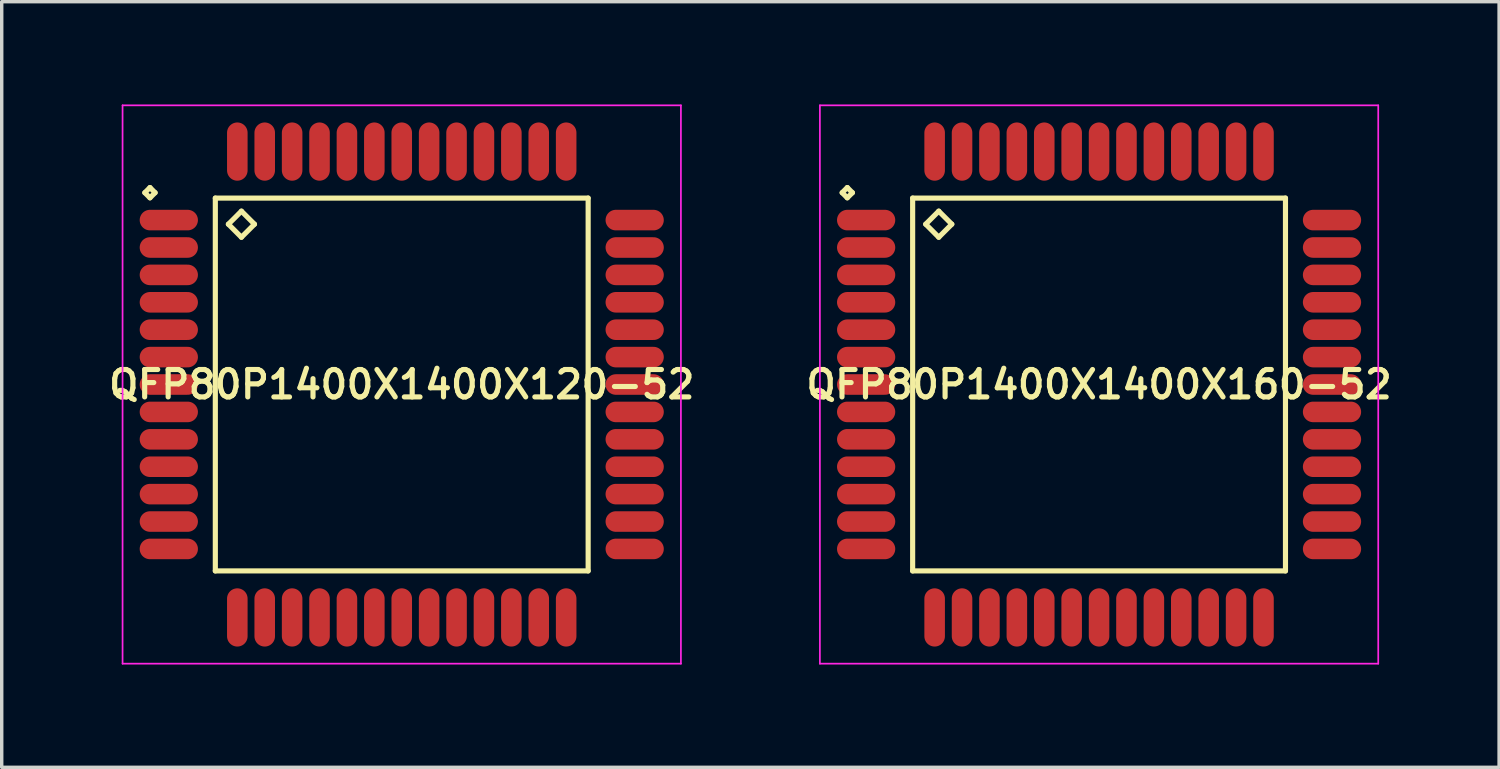
<source format=kicad_pcb>
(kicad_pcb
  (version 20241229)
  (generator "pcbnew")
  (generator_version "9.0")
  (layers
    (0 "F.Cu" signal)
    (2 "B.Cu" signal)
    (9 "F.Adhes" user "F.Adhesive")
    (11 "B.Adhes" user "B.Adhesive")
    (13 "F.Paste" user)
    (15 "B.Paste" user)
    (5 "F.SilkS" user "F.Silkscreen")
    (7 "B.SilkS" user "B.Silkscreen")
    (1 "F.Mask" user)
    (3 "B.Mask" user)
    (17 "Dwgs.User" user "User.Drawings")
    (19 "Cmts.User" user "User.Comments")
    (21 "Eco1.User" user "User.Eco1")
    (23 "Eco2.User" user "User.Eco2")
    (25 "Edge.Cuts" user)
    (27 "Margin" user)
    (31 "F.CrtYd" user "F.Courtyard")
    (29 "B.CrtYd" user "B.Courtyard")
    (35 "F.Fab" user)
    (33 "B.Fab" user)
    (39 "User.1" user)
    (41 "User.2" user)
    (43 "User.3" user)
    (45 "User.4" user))
  (footprint "QFP80P1400X1400X120-52"
    (layer "F.Cu")
    (at 8.678 8.175)
    (property "Reference" "QFP80P1400X1400X120-52" (at 0 0 0) (layer "F.SilkS") (effects (font (size 0.8 0.8) (thickness 0.15))))
    (attr smd)
    (fp_line (start -7.5 -5.6) (end -7.35 -5.75) (stroke (width 0.15) (type solid)) (layer "F.SilkS"))
    (fp_line (start -7.35 -5.75) (end -7.2 -5.6) (stroke (width 0.15) (type solid)) (layer "F.SilkS"))
    (fp_line (start -7.35 -5.45) (end -7.5 -5.6) (stroke (width 0.15) (type solid)) (layer "F.SilkS"))
    (fp_line (start -7.2 -5.6) (end -7.35 -5.45) (stroke (width 0.15) (type solid)) (layer "F.SilkS"))
    (fp_line (start -5.442 -5.442) (end -5.442 5.442) (stroke (width 0.15) (type solid)) (layer "F.SilkS"))
    (fp_line (start -5.442 5.442) (end 5.442 5.442) (stroke (width 0.15) (type solid)) (layer "F.SilkS"))
    (fp_line (start -5.061 -4.68) (end -4.68 -5.061) (stroke (width 0.15) (type solid)) (layer "F.SilkS"))
    (fp_line (start -4.68 -5.061) (end -4.299 -4.68) (stroke (width 0.15) (type solid)) (layer "F.SilkS"))
    (fp_line (start -4.68 -4.299) (end -5.061 -4.68) (stroke (width 0.15) (type solid)) (layer "F.SilkS"))
    (fp_line (start -4.299 -4.68) (end -4.68 -4.299) (stroke (width 0.15) (type solid)) (layer "F.SilkS"))
    (fp_line (start 5.442 -5.442) (end -5.442 -5.442) (stroke (width 0.15) (type solid)) (layer "F.SilkS"))
    (fp_line (start 5.442 5.442) (end 5.442 -5.442) (stroke (width 0.15) (type solid)) (layer "F.SilkS"))
    (fp_line (start -8.15 -8.15) (end 8.15 -8.15) (stroke (width 0.05) (type solid)) (layer "F.CrtYd"))
    (fp_line (start -8.15 8.15) (end -8.15 -8.15) (stroke (width 0.05) (type solid)) (layer "F.CrtYd"))
    (fp_line (start 8.15 -8.15) (end 8.15 8.15) (stroke (width 0.05) (type solid)) (layer "F.CrtYd"))
    (fp_line (start 8.15 8.15) (end -8.15 8.15) (stroke (width 0.05) (type solid)) (layer "F.CrtYd"))
    (pad "1" smd oval (at -6.8 -4.8) (size 1.7 0.6) (layers "F.Cu" "F.Mask" "F.Paste"))
    (pad "2" smd oval (at -6.8 -4) (size 1.7 0.6) (layers "F.Cu" "F.Mask" "F.Paste"))
    (pad "3" smd oval (at -6.8 -3.2) (size 1.7 0.6) (layers "F.Cu" "F.Mask" "F.Paste"))
    (pad "4" smd oval (at -6.8 -2.4) (size 1.7 0.6) (layers "F.Cu" "F.Mask" "F.Paste"))
    (pad "5" smd oval (at -6.8 -1.6) (size 1.7 0.6) (layers "F.Cu" "F.Mask" "F.Paste"))
    (pad "6" smd oval (at -6.8 -0.8) (size 1.7 0.6) (layers "F.Cu" "F.Mask" "F.Paste"))
    (pad "7" smd oval (at -6.8 0) (size 1.7 0.6) (layers "F.Cu" "F.Mask" "F.Paste"))
    (pad "8" smd oval (at -6.8 0.8) (size 1.7 0.6) (layers "F.Cu" "F.Mask" "F.Paste"))
    (pad "9" smd oval (at -6.8 1.6) (size 1.7 0.6) (layers "F.Cu" "F.Mask" "F.Paste"))
    (pad "10" smd oval (at -6.8 2.4) (size 1.7 0.6) (layers "F.Cu" "F.Mask" "F.Paste"))
    (pad "11" smd oval (at -6.8 3.2) (size 1.7 0.6) (layers "F.Cu" "F.Mask" "F.Paste"))
    (pad "12" smd oval (at -6.8 4) (size 1.7 0.6) (layers "F.Cu" "F.Mask" "F.Paste"))
    (pad "13" smd oval (at -6.8 4.8) (size 1.7 0.6) (layers "F.Cu" "F.Mask" "F.Paste"))
    (pad "14" smd oval (at -4.8 6.8) (size 0.6 1.7) (layers "F.Cu" "F.Mask" "F.Paste"))
    (pad "15" smd oval (at -4 6.8) (size 0.6 1.7) (layers "F.Cu" "F.Mask" "F.Paste"))
    (pad "16" smd oval (at -3.2 6.8) (size 0.6 1.7) (layers "F.Cu" "F.Mask" "F.Paste"))
    (pad "17" smd oval (at -2.4 6.8) (size 0.6 1.7) (layers "F.Cu" "F.Mask" "F.Paste"))
    (pad "18" smd oval (at -1.6 6.8) (size 0.6 1.7) (layers "F.Cu" "F.Mask" "F.Paste"))
    (pad "19" smd oval (at -0.8 6.8) (size 0.6 1.7) (layers "F.Cu" "F.Mask" "F.Paste"))
    (pad "20" smd oval (at 0 6.8) (size 0.6 1.7) (layers "F.Cu" "F.Mask" "F.Paste"))
    (pad "21" smd oval (at 0.8 6.8) (size 0.6 1.7) (layers "F.Cu" "F.Mask" "F.Paste"))
    (pad "22" smd oval (at 1.6 6.8) (size 0.6 1.7) (layers "F.Cu" "F.Mask" "F.Paste"))
    (pad "23" smd oval (at 2.4 6.8) (size 0.6 1.7) (layers "F.Cu" "F.Mask" "F.Paste"))
    (pad "24" smd oval (at 3.2 6.8) (size 0.6 1.7) (layers "F.Cu" "F.Mask" "F.Paste"))
    (pad "25" smd oval (at 4 6.8) (size 0.6 1.7) (layers "F.Cu" "F.Mask" "F.Paste"))
    (pad "26" smd oval (at 4.8 6.8) (size 0.6 1.7) (layers "F.Cu" "F.Mask" "F.Paste"))
    (pad "27" smd oval (at 6.8 4.8) (size 1.7 0.6) (layers "F.Cu" "F.Mask" "F.Paste"))
    (pad "28" smd oval (at 6.8 4) (size 1.7 0.6) (layers "F.Cu" "F.Mask" "F.Paste"))
    (pad "29" smd oval (at 6.8 3.2) (size 1.7 0.6) (layers "F.Cu" "F.Mask" "F.Paste"))
    (pad "30" smd oval (at 6.8 2.4) (size 1.7 0.6) (layers "F.Cu" "F.Mask" "F.Paste"))
    (pad "31" smd oval (at 6.8 1.6) (size 1.7 0.6) (layers "F.Cu" "F.Mask" "F.Paste"))
    (pad "32" smd oval (at 6.8 0.8) (size 1.7 0.6) (layers "F.Cu" "F.Mask" "F.Paste"))
    (pad "33" smd oval (at 6.8 0) (size 1.7 0.6) (layers "F.Cu" "F.Mask" "F.Paste"))
    (pad "34" smd oval (at 6.8 -0.8) (size 1.7 0.6) (layers "F.Cu" "F.Mask" "F.Paste"))
    (pad "35" smd oval (at 6.8 -1.6) (size 1.7 0.6) (layers "F.Cu" "F.Mask" "F.Paste"))
    (pad "36" smd oval (at 6.8 -2.4) (size 1.7 0.6) (layers "F.Cu" "F.Mask" "F.Paste"))
    (pad "37" smd oval (at 6.8 -3.2) (size 1.7 0.6) (layers "F.Cu" "F.Mask" "F.Paste"))
    (pad "38" smd oval (at 6.8 -4) (size 1.7 0.6) (layers "F.Cu" "F.Mask" "F.Paste"))
    (pad "39" smd oval (at 6.8 -4.8) (size 1.7 0.6) (layers "F.Cu" "F.Mask" "F.Paste"))
    (pad "40" smd oval (at 4.8 -6.8) (size 0.6 1.7) (layers "F.Cu" "F.Mask" "F.Paste"))
    (pad "41" smd oval (at 4 -6.8) (size 0.6 1.7) (layers "F.Cu" "F.Mask" "F.Paste"))
    (pad "42" smd oval (at 3.2 -6.8) (size 0.6 1.7) (layers "F.Cu" "F.Mask" "F.Paste"))
    (pad "43" smd oval (at 2.4 -6.8) (size 0.6 1.7) (layers "F.Cu" "F.Mask" "F.Paste"))
    (pad "44" smd oval (at 1.6 -6.8) (size 0.6 1.7) (layers "F.Cu" "F.Mask" "F.Paste"))
    (pad "45" smd oval (at 0.8 -6.8) (size 0.6 1.7) (layers "F.Cu" "F.Mask" "F.Paste"))
    (pad "46" smd oval (at 0 -6.8) (size 0.6 1.7) (layers "F.Cu" "F.Mask" "F.Paste"))
    (pad "47" smd oval (at -0.8 -6.8) (size 0.6 1.7) (layers "F.Cu" "F.Mask" "F.Paste"))
    (pad "48" smd oval (at -1.6 -6.8) (size 0.6 1.7) (layers "F.Cu" "F.Mask" "F.Paste"))
    (pad "49" smd oval (at -2.4 -6.8) (size 0.6 1.7) (layers "F.Cu" "F.Mask" "F.Paste"))
    (pad "50" smd oval (at -3.2 -6.8) (size 0.6 1.7) (layers "F.Cu" "F.Mask" "F.Paste"))
    (pad "51" smd oval (at -4 -6.8) (size 0.6 1.7) (layers "F.Cu" "F.Mask" "F.Paste"))
    (pad "52" smd oval (at -4.8 -6.8) (size 0.6 1.7) (layers "F.Cu" "F.Mask" "F.Paste")))
  (footprint "QFP80P1400X1400X160-52"
    (layer "F.Cu")
    (at 29.035 8.175)
    (property "Reference" "QFP80P1400X1400X160-52" (at 0 0 0) (layer "F.SilkS") (effects (font (size 0.8 0.8) (thickness 0.15))))
    (attr smd)
    (fp_line (start -7.5 -5.6) (end -7.35 -5.75) (stroke (width 0.15) (type solid)) (layer "F.SilkS"))
    (fp_line (start -7.35 -5.75) (end -7.2 -5.6) (stroke (width 0.15) (type solid)) (layer "F.SilkS"))
    (fp_line (start -7.35 -5.45) (end -7.5 -5.6) (stroke (width 0.15) (type solid)) (layer "F.SilkS"))
    (fp_line (start -7.2 -5.6) (end -7.35 -5.45) (stroke (width 0.15) (type solid)) (layer "F.SilkS"))
    (fp_line (start -5.442 -5.442) (end -5.442 5.442) (stroke (width 0.15) (type solid)) (layer "F.SilkS"))
    (fp_line (start -5.442 5.442) (end 5.442 5.442) (stroke (width 0.15) (type solid)) (layer "F.SilkS"))
    (fp_line (start -5.061 -4.68) (end -4.68 -5.061) (stroke (width 0.15) (type solid)) (layer "F.SilkS"))
    (fp_line (start -4.68 -5.061) (end -4.299 -4.68) (stroke (width 0.15) (type solid)) (layer "F.SilkS"))
    (fp_line (start -4.68 -4.299) (end -5.061 -4.68) (stroke (width 0.15) (type solid)) (layer "F.SilkS"))
    (fp_line (start -4.299 -4.68) (end -4.68 -4.299) (stroke (width 0.15) (type solid)) (layer "F.SilkS"))
    (fp_line (start 5.442 -5.442) (end -5.442 -5.442) (stroke (width 0.15) (type solid)) (layer "F.SilkS"))
    (fp_line (start 5.442 5.442) (end 5.442 -5.442) (stroke (width 0.15) (type solid)) (layer "F.SilkS"))
    (fp_line (start -8.15 -8.15) (end 8.15 -8.15) (stroke (width 0.05) (type solid)) (layer "F.CrtYd"))
    (fp_line (start -8.15 8.15) (end -8.15 -8.15) (stroke (width 0.05) (type solid)) (layer "F.CrtYd"))
    (fp_line (start 8.15 -8.15) (end 8.15 8.15) (stroke (width 0.05) (type solid)) (layer "F.CrtYd"))
    (fp_line (start 8.15 8.15) (end -8.15 8.15) (stroke (width 0.05) (type solid)) (layer "F.CrtYd"))
    (pad "1" smd oval (at -6.8 -4.8) (size 1.7 0.6) (layers "F.Cu" "F.Mask" "F.Paste"))
    (pad "2" smd oval (at -6.8 -4) (size 1.7 0.6) (layers "F.Cu" "F.Mask" "F.Paste"))
    (pad "3" smd oval (at -6.8 -3.2) (size 1.7 0.6) (layers "F.Cu" "F.Mask" "F.Paste"))
    (pad "4" smd oval (at -6.8 -2.4) (size 1.7 0.6) (layers "F.Cu" "F.Mask" "F.Paste"))
    (pad "5" smd oval (at -6.8 -1.6) (size 1.7 0.6) (layers "F.Cu" "F.Mask" "F.Paste"))
    (pad "6" smd oval (at -6.8 -0.8) (size 1.7 0.6) (layers "F.Cu" "F.Mask" "F.Paste"))
    (pad "7" smd oval (at -6.8 0) (size 1.7 0.6) (layers "F.Cu" "F.Mask" "F.Paste"))
    (pad "8" smd oval (at -6.8 0.8) (size 1.7 0.6) (layers "F.Cu" "F.Mask" "F.Paste"))
    (pad "9" smd oval (at -6.8 1.6) (size 1.7 0.6) (layers "F.Cu" "F.Mask" "F.Paste"))
    (pad "10" smd oval (at -6.8 2.4) (size 1.7 0.6) (layers "F.Cu" "F.Mask" "F.Paste"))
    (pad "11" smd oval (at -6.8 3.2) (size 1.7 0.6) (layers "F.Cu" "F.Mask" "F.Paste"))
    (pad "12" smd oval (at -6.8 4) (size 1.7 0.6) (layers "F.Cu" "F.Mask" "F.Paste"))
    (pad "13" smd oval (at -6.8 4.8) (size 1.7 0.6) (layers "F.Cu" "F.Mask" "F.Paste"))
    (pad "14" smd oval (at -4.8 6.8) (size 0.6 1.7) (layers "F.Cu" "F.Mask" "F.Paste"))
    (pad "15" smd oval (at -4 6.8) (size 0.6 1.7) (layers "F.Cu" "F.Mask" "F.Paste"))
    (pad "16" smd oval (at -3.2 6.8) (size 0.6 1.7) (layers "F.Cu" "F.Mask" "F.Paste"))
    (pad "17" smd oval (at -2.4 6.8) (size 0.6 1.7) (layers "F.Cu" "F.Mask" "F.Paste"))
    (pad "18" smd oval (at -1.6 6.8) (size 0.6 1.7) (layers "F.Cu" "F.Mask" "F.Paste"))
    (pad "19" smd oval (at -0.8 6.8) (size 0.6 1.7) (layers "F.Cu" "F.Mask" "F.Paste"))
    (pad "20" smd oval (at 0 6.8) (size 0.6 1.7) (layers "F.Cu" "F.Mask" "F.Paste"))
    (pad "21" smd oval (at 0.8 6.8) (size 0.6 1.7) (layers "F.Cu" "F.Mask" "F.Paste"))
    (pad "22" smd oval (at 1.6 6.8) (size 0.6 1.7) (layers "F.Cu" "F.Mask" "F.Paste"))
    (pad "23" smd oval (at 2.4 6.8) (size 0.6 1.7) (layers "F.Cu" "F.Mask" "F.Paste"))
    (pad "24" smd oval (at 3.2 6.8) (size 0.6 1.7) (layers "F.Cu" "F.Mask" "F.Paste"))
    (pad "25" smd oval (at 4 6.8) (size 0.6 1.7) (layers "F.Cu" "F.Mask" "F.Paste"))
    (pad "26" smd oval (at 4.8 6.8) (size 0.6 1.7) (layers "F.Cu" "F.Mask" "F.Paste"))
    (pad "27" smd oval (at 6.8 4.8) (size 1.7 0.6) (layers "F.Cu" "F.Mask" "F.Paste"))
    (pad "28" smd oval (at 6.8 4) (size 1.7 0.6) (layers "F.Cu" "F.Mask" "F.Paste"))
    (pad "29" smd oval (at 6.8 3.2) (size 1.7 0.6) (layers "F.Cu" "F.Mask" "F.Paste"))
    (pad "30" smd oval (at 6.8 2.4) (size 1.7 0.6) (layers "F.Cu" "F.Mask" "F.Paste"))
    (pad "31" smd oval (at 6.8 1.6) (size 1.7 0.6) (layers "F.Cu" "F.Mask" "F.Paste"))
    (pad "32" smd oval (at 6.8 0.8) (size 1.7 0.6) (layers "F.Cu" "F.Mask" "F.Paste"))
    (pad "33" smd oval (at 6.8 0) (size 1.7 0.6) (layers "F.Cu" "F.Mask" "F.Paste"))
    (pad "34" smd oval (at 6.8 -0.8) (size 1.7 0.6) (layers "F.Cu" "F.Mask" "F.Paste"))
    (pad "35" smd oval (at 6.8 -1.6) (size 1.7 0.6) (layers "F.Cu" "F.Mask" "F.Paste"))
    (pad "36" smd oval (at 6.8 -2.4) (size 1.7 0.6) (layers "F.Cu" "F.Mask" "F.Paste"))
    (pad "37" smd oval (at 6.8 -3.2) (size 1.7 0.6) (layers "F.Cu" "F.Mask" "F.Paste"))
    (pad "38" smd oval (at 6.8 -4) (size 1.7 0.6) (layers "F.Cu" "F.Mask" "F.Paste"))
    (pad "39" smd oval (at 6.8 -4.8) (size 1.7 0.6) (layers "F.Cu" "F.Mask" "F.Paste"))
    (pad "40" smd oval (at 4.8 -6.8) (size 0.6 1.7) (layers "F.Cu" "F.Mask" "F.Paste"))
    (pad "41" smd oval (at 4 -6.8) (size 0.6 1.7) (layers "F.Cu" "F.Mask" "F.Paste"))
    (pad "42" smd oval (at 3.2 -6.8) (size 0.6 1.7) (layers "F.Cu" "F.Mask" "F.Paste"))
    (pad "43" smd oval (at 2.4 -6.8) (size 0.6 1.7) (layers "F.Cu" "F.Mask" "F.Paste"))
    (pad "44" smd oval (at 1.6 -6.8) (size 0.6 1.7) (layers "F.Cu" "F.Mask" "F.Paste"))
    (pad "45" smd oval (at 0.8 -6.8) (size 0.6 1.7) (layers "F.Cu" "F.Mask" "F.Paste"))
    (pad "46" smd oval (at 0 -6.8) (size 0.6 1.7) (layers "F.Cu" "F.Mask" "F.Paste"))
    (pad "47" smd oval (at -0.8 -6.8) (size 0.6 1.7) (layers "F.Cu" "F.Mask" "F.Paste"))
    (pad "48" smd oval (at -1.6 -6.8) (size 0.6 1.7) (layers "F.Cu" "F.Mask" "F.Paste"))
    (pad "49" smd oval (at -2.4 -6.8) (size 0.6 1.7) (layers "F.Cu" "F.Mask" "F.Paste"))
    (pad "50" smd oval (at -3.2 -6.8) (size 0.6 1.7) (layers "F.Cu" "F.Mask" "F.Paste"))
    (pad "51" smd oval (at -4 -6.8) (size 0.6 1.7) (layers "F.Cu" "F.Mask" "F.Paste"))
    (pad "52" smd oval (at -4.8 -6.8) (size 0.6 1.7) (layers "F.Cu" "F.Mask" "F.Paste")))
  (gr_rect
    (start -3 -3)
    (end 40.713 19.35)
    (stroke (width 0.1) (type default))
    (fill no)
    (layer "Edge.Cuts")))
</source>
